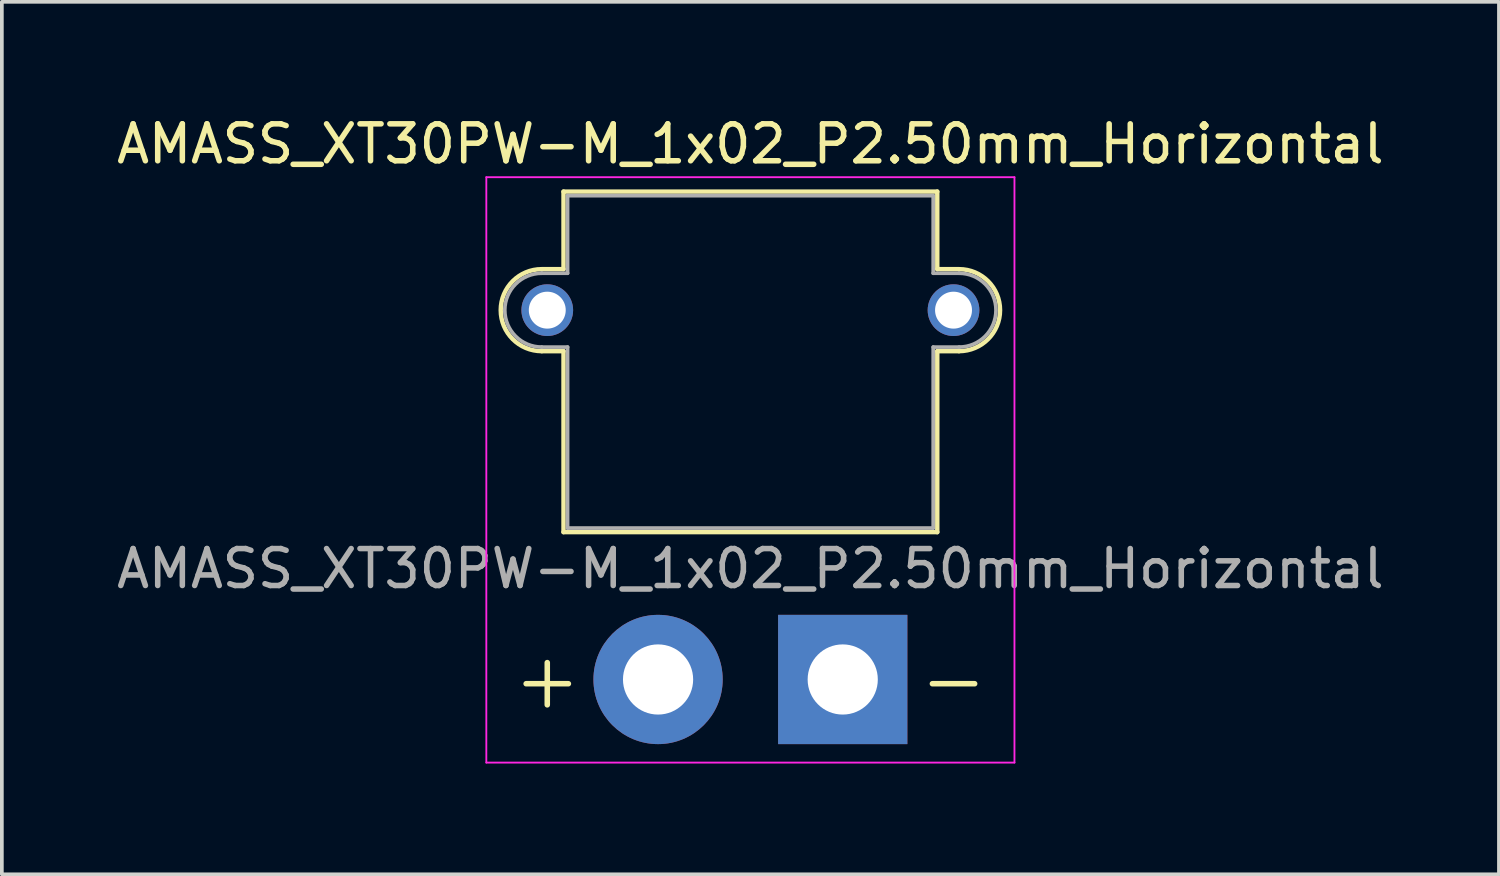
<source format=kicad_pcb>
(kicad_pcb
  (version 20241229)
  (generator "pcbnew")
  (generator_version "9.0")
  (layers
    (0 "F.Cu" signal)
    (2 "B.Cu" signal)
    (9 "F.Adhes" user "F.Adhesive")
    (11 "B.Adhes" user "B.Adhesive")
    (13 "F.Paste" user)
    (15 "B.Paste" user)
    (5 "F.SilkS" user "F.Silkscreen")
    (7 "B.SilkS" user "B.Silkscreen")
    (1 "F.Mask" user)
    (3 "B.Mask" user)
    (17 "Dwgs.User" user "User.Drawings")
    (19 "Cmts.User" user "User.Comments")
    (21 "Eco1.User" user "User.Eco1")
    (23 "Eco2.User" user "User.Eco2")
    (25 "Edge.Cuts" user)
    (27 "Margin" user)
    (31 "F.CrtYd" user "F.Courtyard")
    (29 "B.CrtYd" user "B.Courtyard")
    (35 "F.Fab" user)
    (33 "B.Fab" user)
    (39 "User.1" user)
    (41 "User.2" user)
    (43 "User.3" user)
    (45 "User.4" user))
  (footprint "AMASS_XT30PW-M_1x02_P2.50mm_Horizontal"
    (layer "F.Cu")
    (at 19.768 15.348)
    (property "Reference" "AMASS_XT30PW-M_1x02_P2.50mm_Horizontal" (at -2.5 -14.5 0) (layer "F.SilkS") (effects (font (size 1 1) (thickness 0.15))))
    (attr through_hole)
    (fp_line (start -8.15 -11.11) (end -7.56 -11.11) (stroke (width 0.12) (type solid)) (layer "F.SilkS"))
    (fp_line (start -8.15 -8.89) (end -7.56 -8.89) (stroke (width 0.12) (type solid)) (layer "F.SilkS"))
    (fp_line (start -7.56 -13.21) (end -7.56 -11.11) (stroke (width 0.12) (type solid)) (layer "F.SilkS"))
    (fp_line (start -7.56 -13.21) (end 2.56 -13.21) (stroke (width 0.12) (type solid)) (layer "F.SilkS"))
    (fp_line (start -7.56 -8.89) (end -7.56 -3.99) (stroke (width 0.12) (type solid)) (layer "F.SilkS"))
    (fp_line (start -7.56 -3.99) (end 2.56 -3.99) (stroke (width 0.12) (type solid)) (layer "F.SilkS"))
    (fp_line (start 2.56 -13.21) (end 2.56 -11.11) (stroke (width 0.12) (type solid)) (layer "F.SilkS"))
    (fp_line (start 2.56 -11.11) (end 3.15 -11.11) (stroke (width 0.12) (type solid)) (layer "F.SilkS"))
    (fp_line (start 2.56 -8.89) (end 2.56 -3.99) (stroke (width 0.12) (type solid)) (layer "F.SilkS"))
    (fp_line (start 2.56 -8.89) (end 3.15 -8.89) (stroke (width 0.12) (type solid)) (layer "F.SilkS"))
    (fp_arc (start -8.15 -8.89) (mid -9.26 -10) (end -8.15 -11.11) (stroke (width 0.12) (type solid)) (layer "F.SilkS"))
    (fp_arc (start 3.15 -11.11) (mid 4.26 -10) (end 3.15 -8.89) (stroke (width 0.12) (type solid)) (layer "F.SilkS"))
    (fp_line (start -9.65 -13.6) (end -9.65 2.25) (stroke (width 0.05) (type solid)) (layer "F.CrtYd"))
    (fp_line (start -9.65 -13.6) (end 4.65 -13.6) (stroke (width 0.05) (type solid)) (layer "F.CrtYd"))
    (fp_line (start -9.65 2.25) (end 4.65 2.25) (stroke (width 0.05) (type solid)) (layer "F.CrtYd"))
    (fp_line (start 4.65 -13.6) (end 4.65 2.25) (stroke (width 0.05) (type solid)) (layer "F.CrtYd"))
    (fp_line (start -8.15 -11) (end -7.45 -11) (stroke (width 0.1) (type solid)) (layer "F.Fab"))
    (fp_line (start -8.15 -9) (end -7.45 -9) (stroke (width 0.1) (type solid)) (layer "F.Fab"))
    (fp_line (start -7.45 -13.1) (end -7.45 -11) (stroke (width 0.1) (type solid)) (layer "F.Fab"))
    (fp_line (start -7.45 -13.1) (end 2.45 -13.1) (stroke (width 0.1) (type solid)) (layer "F.Fab"))
    (fp_line (start -7.45 -9) (end -7.45 -4.1) (stroke (width 0.1) (type solid)) (layer "F.Fab"))
    (fp_line (start -7.45 -4.1) (end 2.45 -4.1) (stroke (width 0.1) (type solid)) (layer "F.Fab"))
    (fp_line (start 2.45 -13.1) (end 2.45 -11) (stroke (width 0.1) (type solid)) (layer "F.Fab"))
    (fp_line (start 2.45 -11) (end 3.15 -11) (stroke (width 0.1) (type solid)) (layer "F.Fab"))
    (fp_line (start 2.45 -9) (end 2.45 -4.1) (stroke (width 0.1) (type solid)) (layer "F.Fab"))
    (fp_line (start 2.45 -9) (end 3.15 -9) (stroke (width 0.1) (type solid)) (layer "F.Fab"))
    (fp_arc (start -8.15 -9) (mid -9.15 -10) (end -8.15 -11) (stroke (width 0.1) (type solid)) (layer "F.Fab"))
    (fp_arc (start 3.15 -11) (mid 4.15 -10) (end 3.15 -9) (stroke (width 0.1) (type solid)) (layer "F.Fab"))
    (fp_text user "+" (at -8 0 0) (layer "F.SilkS") (effects (font (size 1.5 1.5) (thickness 0.15))))
    (fp_text user "-" (at 3 0 0) (layer "F.SilkS") (effects (font (size 1.5 1.5) (thickness 0.15))))
    (fp_text user "${REFERENCE}" (at -2.5 -3 0) (layer "F.Fab") (effects (font (size 1 1) (thickness 0.15))))
    (pad "1" thru_hole rect (at 0 0) (size 3.5 3.5) (drill 1.9) (layers "*.Cu" "*.Mask"))
    (pad "2" thru_hole circle (at -5 0) (size 3.5 3.5) (drill 1.9) (layers "*.Cu" "*.Mask"))
    (pad "MP" thru_hole circle (at -8 -10) (size 1.4 1.4) (drill 1) (layers "*.Cu" "*.Mask"))
    (pad "MP" thru_hole circle (at 3 -10) (size 1.4 1.4) (drill 1) (layers "*.Cu" "*.Mask")))
  (gr_rect
    (start -3 -3)
    (end 37.536 20.623)
    (stroke (width 0.1) (type default))
    (fill no)
    (layer "Edge.Cuts")))
</source>
